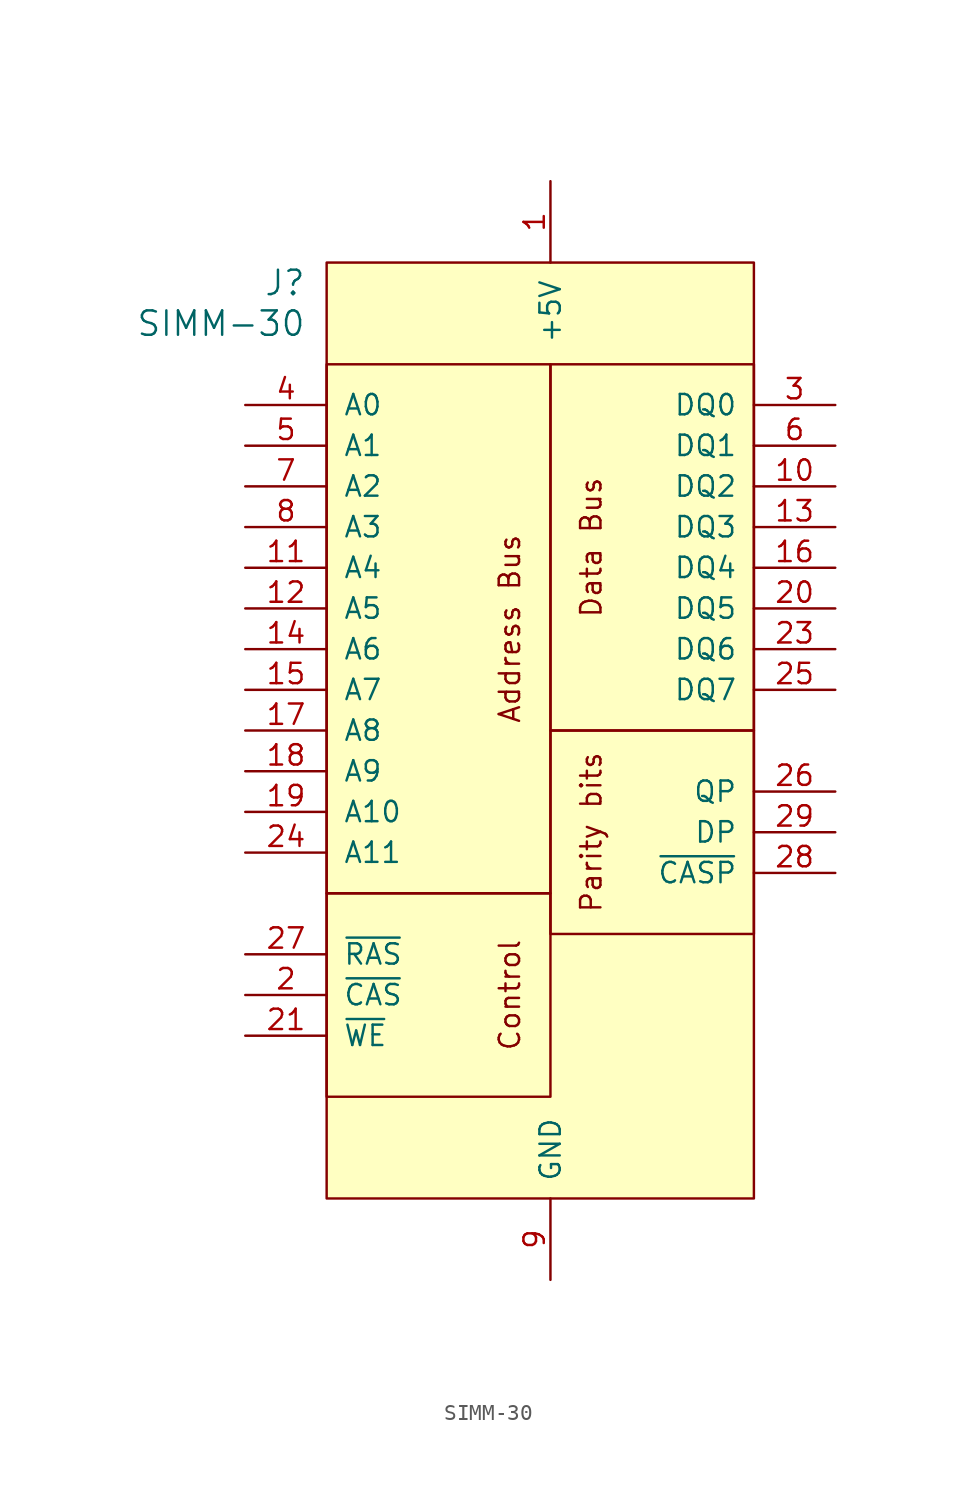
<source format=kicad_sym>
(kicad_symbol_lib
  (version 20211014)
  (generator kicad_symbol_editor)
  (symbol "SIMM-30"
    (pin_names
      (offset 1.016))
    (property "Reference" "J"
      (at -15.24 53.34 0)
      (effects (font (size 1.524 1.524)) (justify right)))
    (property "Value" "SIMM-30"
      (at -15.24 50.8 0)
      (effects (font (size 1.524 1.524)) (justify right)))
    (symbol "SIMM-30_0_0"
      (rectangle (start -13.97 15.24) (end 0 2.54) (stroke (width 0) (type default) (color 0 0 0 0)) (fill (type none)))
      (rectangle (start -13.97 48.26) (end 0 15.24) (stroke (width 0) (type default) (color 0 0 0 0)) (fill (type none)))
      (rectangle (start 0 25.4) (end 12.7 12.7) (stroke (width 0) (type default) (color 0 0 0 0)) (fill (type none)))
      (rectangle (start 0 48.26) (end 12.7 25.4) (stroke (width 0) (type default) (color 0 0 0 0)) (fill (type none)))
      (text "Address Bus" (at -2.54 31.75 900) (effects (font (size 1.27 1.27))))
      (text "Control" (at -2.54 8.89 900) (effects (font (size 1.27 1.27))))
      (text "Data Bus" (at 2.54 36.83 900) (effects (font (size 1.27 1.27))))
      (text "Parity bits" (at 2.54 19.05 900) (effects (font (size 1.27 1.27))))
      (pin power_in line (at 0 59.69 270) (length 5.08) hide (name "+5V" (effects (font (size 1.27 1.27)))) (number "30" (effects (font (size 1.27 1.27))))))
    (symbol "SIMM-30_1_1"
      (rectangle (start -13.97 54.61) (end 12.7 -3.81) (stroke (width 0) (type default) (color 0 0 0 0)) (fill (type background)))
      (pin power_in line (at 0 59.69 270) (length 5.08) (name "+5V" (effects (font (size 1.27 1.27)))) (number "1" (effects (font (size 1.27 1.27)))))
      (pin bidirectional line (at 17.78 40.64 180) (length 5.08) (name "DQ2" (effects (font (size 1.27 1.27)))) (number "10" (effects (font (size 1.27 1.27)))))
      (pin input line (at -19.05 35.56 0) (length 5.08) (name "A4" (effects (font (size 1.27 1.27)))) (number "11" (effects (font (size 1.27 1.27)))))
      (pin input line (at -19.05 33.02 0) (length 5.08) (name "A5" (effects (font (size 1.27 1.27)))) (number "12" (effects (font (size 1.27 1.27)))))
      (pin bidirectional line (at 17.78 38.1 180) (length 5.08) (name "DQ3" (effects (font (size 1.27 1.27)))) (number "13" (effects (font (size 1.27 1.27)))))
      (pin input line (at -19.05 30.48 0) (length 5.08) (name "A6" (effects (font (size 1.27 1.27)))) (number "14" (effects (font (size 1.27 1.27)))))
      (pin input line (at -19.05 27.94 0) (length 5.08) (name "A7" (effects (font (size 1.27 1.27)))) (number "15" (effects (font (size 1.27 1.27)))))
      (pin bidirectional line (at 17.78 35.56 180) (length 5.08) (name "DQ4" (effects (font (size 1.27 1.27)))) (number "16" (effects (font (size 1.27 1.27)))))
      (pin input line (at -19.05 25.4 0) (length 5.08) (name "A8" (effects (font (size 1.27 1.27)))) (number "17" (effects (font (size 1.27 1.27)))))
      (pin input line (at -19.05 22.86 0) (length 5.08) (name "A9" (effects (font (size 1.27 1.27)))) (number "18" (effects (font (size 1.27 1.27)))))
      (pin input line (at -19.05 20.32 0) (length 5.08) (name "A10" (effects (font (size 1.27 1.27)))) (number "19" (effects (font (size 1.27 1.27)))))
      (pin input line (at -19.05 8.89 0) (length 5.08) (name "~{CAS}" (effects (font (size 1.27 1.27)))) (number "2" (effects (font (size 1.27 1.27)))))
      (pin bidirectional line (at 17.78 33.02 180) (length 5.08) (name "DQ5" (effects (font (size 1.27 1.27)))) (number "20" (effects (font (size 1.27 1.27)))))
      (pin input line (at -19.05 6.35 0) (length 5.08) (name "~{WE}" (effects (font (size 1.27 1.27)))) (number "21" (effects (font (size 1.27 1.27)))))
      (pin power_in line (at 0 -8.89 90) (length 5.08) hide (name "GND" (effects (font (size 1.27 1.27)))) (number "22" (effects (font (size 1.27 1.27)))))
      (pin bidirectional line (at 17.78 30.48 180) (length 5.08) (name "DQ6" (effects (font (size 1.27 1.27)))) (number "23" (effects (font (size 1.27 1.27)))))
      (pin input line (at -19.05 17.78 0) (length 5.08) (name "A11" (effects (font (size 1.27 1.27)))) (number "24" (effects (font (size 1.27 1.27)))))
      (pin bidirectional line (at 17.78 27.94 180) (length 5.08) (name "DQ7" (effects (font (size 1.27 1.27)))) (number "25" (effects (font (size 1.27 1.27)))))
      (pin output line (at 17.78 21.59 180) (length 5.08) (name "QP" (effects (font (size 1.27 1.27)))) (number "26" (effects (font (size 1.27 1.27)))))
      (pin input line (at -19.05 11.43 0) (length 5.08) (name "~{RAS}" (effects (font (size 1.27 1.27)))) (number "27" (effects (font (size 1.27 1.27)))))
      (pin input line (at 17.78 16.51 180) (length 5.08) (name "~{CASP}" (effects (font (size 1.27 1.27)))) (number "28" (effects (font (size 1.27 1.27)))))
      (pin input line (at 17.78 19.05 180) (length 5.08) (name "DP" (effects (font (size 1.27 1.27)))) (number "29" (effects (font (size 1.27 1.27)))))
      (pin bidirectional line (at 17.78 45.72 180) (length 5.08) (name "DQ0" (effects (font (size 1.27 1.27)))) (number "3" (effects (font (size 1.27 1.27)))))
      (pin input line (at -19.05 45.72 0) (length 5.08) (name "A0" (effects (font (size 1.27 1.27)))) (number "4" (effects (font (size 1.27 1.27)))))
      (pin input line (at -19.05 43.18 0) (length 5.08) (name "A1" (effects (font (size 1.27 1.27)))) (number "5" (effects (font (size 1.27 1.27)))))
      (pin bidirectional line (at 17.78 43.18 180) (length 5.08) (name "DQ1" (effects (font (size 1.27 1.27)))) (number "6" (effects (font (size 1.27 1.27)))))
      (pin input line (at -19.05 40.64 0) (length 5.08) (name "A2" (effects (font (size 1.27 1.27)))) (number "7" (effects (font (size 1.27 1.27)))))
      (pin input line (at -19.05 38.1 0) (length 5.08) (name "A3" (effects (font (size 1.27 1.27)))) (number "8" (effects (font (size 1.27 1.27)))))
      (pin power_in line (at 0 -8.89 90) (length 5.08) (name "GND" (effects (font (size 1.27 1.27)))) (number "9" (effects (font (size 1.27 1.27))))))))
</source>
